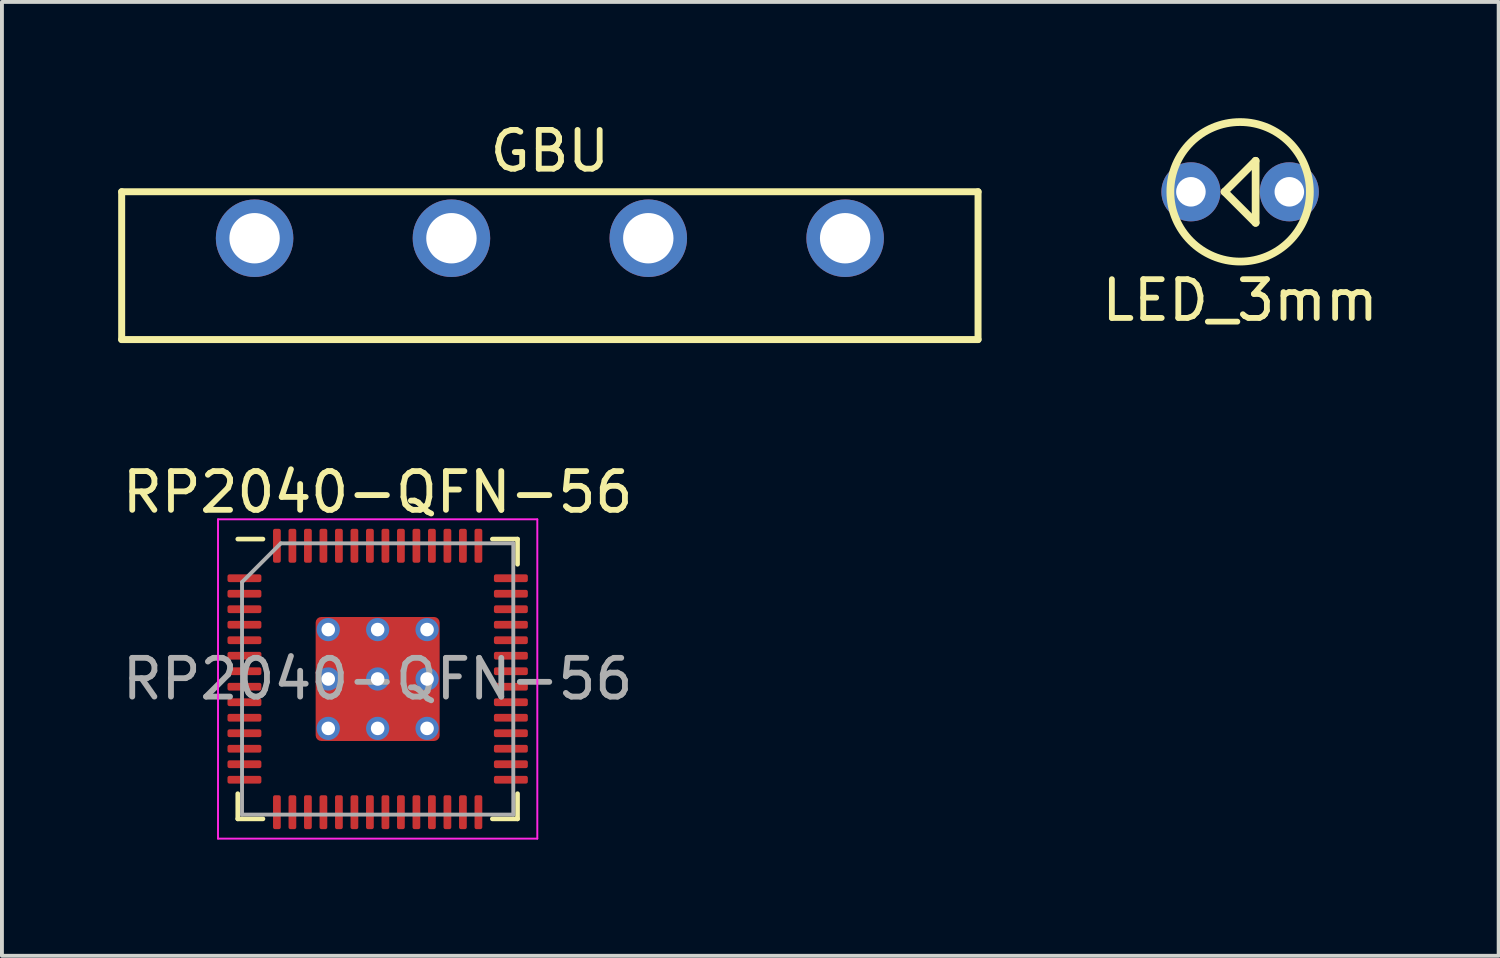
<source format=kicad_pcb>
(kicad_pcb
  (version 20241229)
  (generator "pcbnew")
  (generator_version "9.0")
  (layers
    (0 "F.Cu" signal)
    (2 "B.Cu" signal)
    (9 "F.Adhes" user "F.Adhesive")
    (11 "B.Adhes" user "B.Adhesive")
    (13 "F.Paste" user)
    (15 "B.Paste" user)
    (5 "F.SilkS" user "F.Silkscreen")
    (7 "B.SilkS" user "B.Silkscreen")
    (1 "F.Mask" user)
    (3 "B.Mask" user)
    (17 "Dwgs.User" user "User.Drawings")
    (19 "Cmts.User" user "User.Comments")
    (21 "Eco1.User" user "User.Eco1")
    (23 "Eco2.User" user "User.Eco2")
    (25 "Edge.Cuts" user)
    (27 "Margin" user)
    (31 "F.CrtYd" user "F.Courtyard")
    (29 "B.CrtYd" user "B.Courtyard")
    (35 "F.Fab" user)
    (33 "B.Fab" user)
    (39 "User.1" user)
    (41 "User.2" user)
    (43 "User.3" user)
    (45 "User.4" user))
  (footprint "GBU"
    (layer "F.Cu")
    (at 11.14 3.098)
    (property "Reference" "GBU" (at 0 -2.25 180) (layer "F.SilkS") (effects (font (size 1 1) (thickness 0.15))))
    (attr through_hole)
    (fp_line (start -11.05 -1.2) (end 11.05 -1.2) (stroke (width 0.18) (type solid)) (layer "F.SilkS"))
    (fp_line (start -11.05 2.615) (end -11.05 -1.2) (stroke (width 0.18) (type solid)) (layer "F.SilkS"))
    (fp_line (start 11.05 -1.2) (end 11.05 2.615) (stroke (width 0.18) (type solid)) (layer "F.SilkS"))
    (fp_line (start 11.05 2.615) (end -11.05 2.615) (stroke (width 0.18) (type solid)) (layer "F.SilkS"))
    (pad "1" thru_hole circle (at -7.62 0 180) (size 2 2) (drill 1.3) (layers "*.Cu" "*.Mask"))
    (pad "2" thru_hole circle (at -2.54 0 180) (size 2 2) (drill 1.3) (layers "*.Cu" "*.Mask"))
    (pad "3" thru_hole circle (at 2.54 0 180) (size 2 2) (drill 1.3) (layers "*.Cu" "*.Mask"))
    (pad "4" thru_hole circle (at 7.62 0 180) (size 2 2) (drill 1.3) (layers "*.Cu" "*.Mask")))
  (footprint "LED_3mm"
    (layer "F.Cu")
    (at 28.953 1.9)
    (property "Reference" "LED_3mm" (at 0 2.8 0) (layer "F.SilkS") (effects (font (size 1 1) (thickness 0.15))))
    (attr through_hole)
    (fp_line (start -0.4 0) (end 0.4 -0.8) (stroke (width 0.2) (type solid)) (layer "F.SilkS"))
    (fp_line (start 0.4 -0.8) (end 0.4 0.8) (stroke (width 0.2) (type solid)) (layer "F.SilkS"))
    (fp_line (start 0.4 0.8) (end -0.4 0) (stroke (width 0.2) (type solid)) (layer "F.SilkS"))
    (fp_circle (center 0 0) (end 1.8 0) (stroke (width 0.2) (type solid)) (fill no) (layer "F.SilkS"))
    (pad "1" thru_hole circle (at -1.27 0) (size 1.524 1.524) (drill 0.762) (layers "*.Cu" "*.Mask"))
    (pad "2" thru_hole circle (at 1.27 0) (size 1.524 1.524) (drill 0.762) (layers "*.Cu" "*.Mask")))
  (footprint "RP2040-QFN-56"
    (layer "F.Cu")
    (at 6.696 14.472)
    (property "Reference" "RP2040-QFN-56" (at 0 -4.82 0) (layer "F.SilkS") (effects (font (size 1 1) (thickness 0.15))))
    (attr smd)
    (fp_line (start -3.61 3.61) (end -3.61 2.96) (stroke (width 0.12) (type solid)) (layer "F.SilkS"))
    (fp_line (start -2.96 -3.61) (end -3.61 -3.61) (stroke (width 0.12) (type solid)) (layer "F.SilkS"))
    (fp_line (start -2.96 3.61) (end -3.61 3.61) (stroke (width 0.12) (type solid)) (layer "F.SilkS"))
    (fp_line (start 2.96 -3.61) (end 3.61 -3.61) (stroke (width 0.12) (type solid)) (layer "F.SilkS"))
    (fp_line (start 2.96 3.61) (end 3.61 3.61) (stroke (width 0.12) (type solid)) (layer "F.SilkS"))
    (fp_line (start 3.61 -3.61) (end 3.61 -2.96) (stroke (width 0.12) (type solid)) (layer "F.SilkS"))
    (fp_line (start 3.61 3.61) (end 3.61 2.96) (stroke (width 0.12) (type solid)) (layer "F.SilkS"))
    (fp_line (start -4.12 -4.12) (end -4.12 4.12) (stroke (width 0.05) (type solid)) (layer "F.CrtYd"))
    (fp_line (start -4.12 4.12) (end 4.12 4.12) (stroke (width 0.05) (type solid)) (layer "F.CrtYd"))
    (fp_line (start 4.12 -4.12) (end -4.12 -4.12) (stroke (width 0.05) (type solid)) (layer "F.CrtYd"))
    (fp_line (start 4.12 4.12) (end 4.12 -4.12) (stroke (width 0.05) (type solid)) (layer "F.CrtYd"))
    (fp_line (start -3.5 -2.5) (end -2.5 -3.5) (stroke (width 0.1) (type solid)) (layer "F.Fab"))
    (fp_line (start -3.5 3.5) (end -3.5 -2.5) (stroke (width 0.1) (type solid)) (layer "F.Fab"))
    (fp_line (start -2.5 -3.5) (end 3.5 -3.5) (stroke (width 0.1) (type solid)) (layer "F.Fab"))
    (fp_line (start 3.5 -3.5) (end 3.5 3.5) (stroke (width 0.1) (type solid)) (layer "F.Fab"))
    (fp_line (start 3.5 3.5) (end -3.5 3.5) (stroke (width 0.1) (type solid)) (layer "F.Fab"))
    (fp_text user "${REFERENCE}" (at 0 0 0) (layer "F.Fab") (effects (font (size 1 1) (thickness 0.15))))
    (pad "" smd roundrect (at -0.637 -0.637) (size 1.084 1.084) (layers "F.Paste") (roundrect_rratio 0.231))
    (pad "" smd roundrect (at -0.637 0.637) (size 1.084 1.084) (layers "F.Paste") (roundrect_rratio 0.231))
    (pad "" smd roundrect (at 0.637 -0.637) (size 1.084 1.084) (layers "F.Paste") (roundrect_rratio 0.231))
    (pad "" smd roundrect (at 0.637 0.637) (size 1.084 1.084) (layers "F.Paste") (roundrect_rratio 0.231))
    (pad "1" smd roundrect (at -3.438 -2.6) (size 0.875 0.2) (layers "F.Cu" "F.Mask" "F.Paste") (roundrect_rratio 0.25))
    (pad "2" smd roundrect (at -3.438 -2.2) (size 0.875 0.2) (layers "F.Cu" "F.Mask" "F.Paste") (roundrect_rratio 0.25))
    (pad "3" smd roundrect (at -3.438 -1.8) (size 0.875 0.2) (layers "F.Cu" "F.Mask" "F.Paste") (roundrect_rratio 0.25))
    (pad "4" smd roundrect (at -3.438 -1.4) (size 0.875 0.2) (layers "F.Cu" "F.Mask" "F.Paste") (roundrect_rratio 0.25))
    (pad "5" smd roundrect (at -3.438 -1) (size 0.875 0.2) (layers "F.Cu" "F.Mask" "F.Paste") (roundrect_rratio 0.25))
    (pad "6" smd roundrect (at -3.438 -0.6) (size 0.875 0.2) (layers "F.Cu" "F.Mask" "F.Paste") (roundrect_rratio 0.25))
    (pad "7" smd roundrect (at -3.438 -0.2) (size 0.875 0.2) (layers "F.Cu" "F.Mask" "F.Paste") (roundrect_rratio 0.25))
    (pad "8" smd roundrect (at -3.438 0.2) (size 0.875 0.2) (layers "F.Cu" "F.Mask" "F.Paste") (roundrect_rratio 0.25))
    (pad "9" smd roundrect (at -3.438 0.6) (size 0.875 0.2) (layers "F.Cu" "F.Mask" "F.Paste") (roundrect_rratio 0.25))
    (pad "10" smd roundrect (at -3.438 1) (size 0.875 0.2) (layers "F.Cu" "F.Mask" "F.Paste") (roundrect_rratio 0.25))
    (pad "11" smd roundrect (at -3.438 1.4) (size 0.875 0.2) (layers "F.Cu" "F.Mask" "F.Paste") (roundrect_rratio 0.25))
    (pad "12" smd roundrect (at -3.438 1.8) (size 0.875 0.2) (layers "F.Cu" "F.Mask" "F.Paste") (roundrect_rratio 0.25))
    (pad "13" smd roundrect (at -3.438 2.2) (size 0.875 0.2) (layers "F.Cu" "F.Mask" "F.Paste") (roundrect_rratio 0.25))
    (pad "14" smd roundrect (at -3.438 2.6) (size 0.875 0.2) (layers "F.Cu" "F.Mask" "F.Paste") (roundrect_rratio 0.25))
    (pad "15" smd roundrect (at -2.6 3.438) (size 0.2 0.875) (layers "F.Cu" "F.Mask" "F.Paste") (roundrect_rratio 0.25))
    (pad "16" smd roundrect (at -2.2 3.438) (size 0.2 0.875) (layers "F.Cu" "F.Mask" "F.Paste") (roundrect_rratio 0.25))
    (pad "17" smd roundrect (at -1.8 3.438) (size 0.2 0.875) (layers "F.Cu" "F.Mask" "F.Paste") (roundrect_rratio 0.25))
    (pad "18" smd roundrect (at -1.4 3.438) (size 0.2 0.875) (layers "F.Cu" "F.Mask" "F.Paste") (roundrect_rratio 0.25))
    (pad "19" smd roundrect (at -1 3.438) (size 0.2 0.875) (layers "F.Cu" "F.Mask" "F.Paste") (roundrect_rratio 0.25))
    (pad "20" smd roundrect (at -0.6 3.438) (size 0.2 0.875) (layers "F.Cu" "F.Mask" "F.Paste") (roundrect_rratio 0.25))
    (pad "21" smd roundrect (at -0.2 3.438) (size 0.2 0.875) (layers "F.Cu" "F.Mask" "F.Paste") (roundrect_rratio 0.25))
    (pad "22" smd roundrect (at 0.2 3.438) (size 0.2 0.875) (layers "F.Cu" "F.Mask" "F.Paste") (roundrect_rratio 0.25))
    (pad "23" smd roundrect (at 0.6 3.438) (size 0.2 0.875) (layers "F.Cu" "F.Mask" "F.Paste") (roundrect_rratio 0.25))
    (pad "24" smd roundrect (at 1 3.438) (size 0.2 0.875) (layers "F.Cu" "F.Mask" "F.Paste") (roundrect_rratio 0.25))
    (pad "25" smd roundrect (at 1.4 3.438) (size 0.2 0.875) (layers "F.Cu" "F.Mask" "F.Paste") (roundrect_rratio 0.25))
    (pad "26" smd roundrect (at 1.8 3.438) (size 0.2 0.875) (layers "F.Cu" "F.Mask" "F.Paste") (roundrect_rratio 0.25))
    (pad "27" smd roundrect (at 2.2 3.438) (size 0.2 0.875) (layers "F.Cu" "F.Mask" "F.Paste") (roundrect_rratio 0.25))
    (pad "28" smd roundrect (at 2.6 3.438) (size 0.2 0.875) (layers "F.Cu" "F.Mask" "F.Paste") (roundrect_rratio 0.25))
    (pad "29" smd roundrect (at 3.438 2.6) (size 0.875 0.2) (layers "F.Cu" "F.Mask" "F.Paste") (roundrect_rratio 0.25))
    (pad "30" smd roundrect (at 3.438 2.2) (size 0.875 0.2) (layers "F.Cu" "F.Mask" "F.Paste") (roundrect_rratio 0.25))
    (pad "31" smd roundrect (at 3.438 1.8) (size 0.875 0.2) (layers "F.Cu" "F.Mask" "F.Paste") (roundrect_rratio 0.25))
    (pad "32" smd roundrect (at 3.438 1.4) (size 0.875 0.2) (layers "F.Cu" "F.Mask" "F.Paste") (roundrect_rratio 0.25))
    (pad "33" smd roundrect (at 3.438 1) (size 0.875 0.2) (layers "F.Cu" "F.Mask" "F.Paste") (roundrect_rratio 0.25))
    (pad "34" smd roundrect (at 3.438 0.6) (size 0.875 0.2) (layers "F.Cu" "F.Mask" "F.Paste") (roundrect_rratio 0.25))
    (pad "35" smd roundrect (at 3.438 0.2) (size 0.875 0.2) (layers "F.Cu" "F.Mask" "F.Paste") (roundrect_rratio 0.25))
    (pad "36" smd roundrect (at 3.438 -0.2) (size 0.875 0.2) (layers "F.Cu" "F.Mask" "F.Paste") (roundrect_rratio 0.25))
    (pad "37" smd roundrect (at 3.438 -0.6) (size 0.875 0.2) (layers "F.Cu" "F.Mask" "F.Paste") (roundrect_rratio 0.25))
    (pad "38" smd roundrect (at 3.438 -1) (size 0.875 0.2) (layers "F.Cu" "F.Mask" "F.Paste") (roundrect_rratio 0.25))
    (pad "39" smd roundrect (at 3.438 -1.4) (size 0.875 0.2) (layers "F.Cu" "F.Mask" "F.Paste") (roundrect_rratio 0.25))
    (pad "40" smd roundrect (at 3.438 -1.8) (size 0.875 0.2) (layers "F.Cu" "F.Mask" "F.Paste") (roundrect_rratio 0.25))
    (pad "41" smd roundrect (at 3.438 -2.2) (size 0.875 0.2) (layers "F.Cu" "F.Mask" "F.Paste") (roundrect_rratio 0.25))
    (pad "42" smd roundrect (at 3.438 -2.6) (size 0.875 0.2) (layers "F.Cu" "F.Mask" "F.Paste") (roundrect_rratio 0.25))
    (pad "43" smd roundrect (at 2.6 -3.438) (size 0.2 0.875) (layers "F.Cu" "F.Mask" "F.Paste") (roundrect_rratio 0.25))
    (pad "44" smd roundrect (at 2.2 -3.438) (size 0.2 0.875) (layers "F.Cu" "F.Mask" "F.Paste") (roundrect_rratio 0.25))
    (pad "45" smd roundrect (at 1.8 -3.438) (size 0.2 0.875) (layers "F.Cu" "F.Mask" "F.Paste") (roundrect_rratio 0.25))
    (pad "46" smd roundrect (at 1.4 -3.438) (size 0.2 0.875) (layers "F.Cu" "F.Mask" "F.Paste") (roundrect_rratio 0.25))
    (pad "47" smd roundrect (at 1 -3.438) (size 0.2 0.875) (layers "F.Cu" "F.Mask" "F.Paste") (roundrect_rratio 0.25))
    (pad "48" smd roundrect (at 0.6 -3.438) (size 0.2 0.875) (layers "F.Cu" "F.Mask" "F.Paste") (roundrect_rratio 0.25))
    (pad "49" smd roundrect (at 0.2 -3.438) (size 0.2 0.875) (layers "F.Cu" "F.Mask" "F.Paste") (roundrect_rratio 0.25))
    (pad "50" smd roundrect (at -0.2 -3.438) (size 0.2 0.875) (layers "F.Cu" "F.Mask" "F.Paste") (roundrect_rratio 0.25))
    (pad "51" smd roundrect (at -0.6 -3.438) (size 0.2 0.875) (layers "F.Cu" "F.Mask" "F.Paste") (roundrect_rratio 0.25))
    (pad "52" smd roundrect (at -1 -3.438) (size 0.2 0.875) (layers "F.Cu" "F.Mask" "F.Paste") (roundrect_rratio 0.25))
    (pad "53" smd roundrect (at -1.4 -3.438) (size 0.2 0.875) (layers "F.Cu" "F.Mask" "F.Paste") (roundrect_rratio 0.25))
    (pad "54" smd roundrect (at -1.8 -3.438) (size 0.2 0.875) (layers "F.Cu" "F.Mask" "F.Paste") (roundrect_rratio 0.25))
    (pad "55" smd roundrect (at -2.2 -3.438) (size 0.2 0.875) (layers "F.Cu" "F.Mask" "F.Paste") (roundrect_rratio 0.25))
    (pad "56" smd roundrect (at -2.6 -3.438) (size 0.2 0.875) (layers "F.Cu" "F.Mask" "F.Paste") (roundrect_rratio 0.25))
    (pad "57" thru_hole circle (at -1.275 -1.275) (size 0.6 0.6) (drill 0.35) (layers "*.Cu"))
    (pad "57" thru_hole circle (at -1.275 0) (size 0.6 0.6) (drill 0.35) (layers "*.Cu"))
    (pad "57" thru_hole circle (at -1.275 1.275) (size 0.6 0.6) (drill 0.35) (layers "*.Cu"))
    (pad "57" thru_hole circle (at 0 -1.275) (size 0.6 0.6) (drill 0.35) (layers "*.Cu"))
    (pad "57" thru_hole circle (at 0 0) (size 0.6 0.6) (drill 0.35) (layers "*.Cu"))
    (pad "57" smd roundrect (at 0 0) (size 3.2 3.2) (layers "F.Cu" "F.Mask") (roundrect_rratio 0.045))
    (pad "57" thru_hole circle (at 0 1.275) (size 0.6 0.6) (drill 0.35) (layers "*.Cu"))
    (pad "57" thru_hole circle (at 1.275 -1.275) (size 0.6 0.6) (drill 0.35) (layers "*.Cu"))
    (pad "57" thru_hole circle (at 1.275 0) (size 0.6 0.6) (drill 0.35) (layers "*.Cu"))
    (pad "57" thru_hole circle (at 1.275 1.275) (size 0.6 0.6) (drill 0.35) (layers "*.Cu")))
  (gr_rect
    (start -3 -3)
    (end 35.625 21.616)
    (stroke (width 0.1) (type default))
    (fill no)
    (layer "Edge.Cuts")))
</source>
